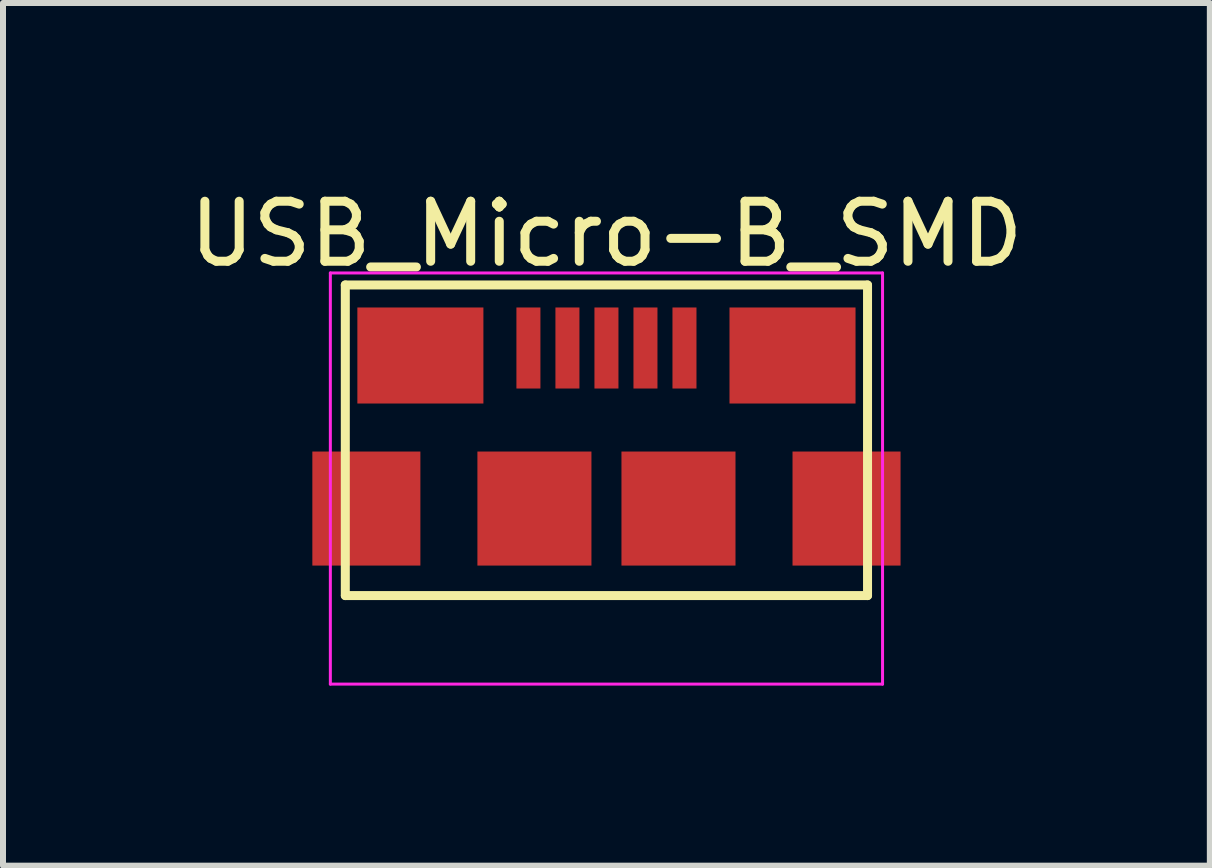
<source format=kicad_pcb>
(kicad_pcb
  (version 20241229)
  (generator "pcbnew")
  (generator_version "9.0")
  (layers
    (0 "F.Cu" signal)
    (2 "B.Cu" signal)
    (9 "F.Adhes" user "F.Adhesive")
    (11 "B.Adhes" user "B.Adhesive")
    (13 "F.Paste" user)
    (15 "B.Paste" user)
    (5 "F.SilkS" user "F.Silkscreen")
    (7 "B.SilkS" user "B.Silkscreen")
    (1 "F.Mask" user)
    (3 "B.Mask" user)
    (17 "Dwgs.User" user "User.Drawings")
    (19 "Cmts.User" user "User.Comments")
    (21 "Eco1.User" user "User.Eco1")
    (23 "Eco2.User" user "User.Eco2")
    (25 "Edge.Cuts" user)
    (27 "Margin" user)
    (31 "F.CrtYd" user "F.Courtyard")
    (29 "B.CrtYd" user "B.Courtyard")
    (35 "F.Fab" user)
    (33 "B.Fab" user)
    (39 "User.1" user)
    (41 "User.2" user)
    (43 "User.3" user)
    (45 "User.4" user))
  (footprint "USB_Micro-B_SMD"
    (layer "F.Cu")
    (at 7.054 4.298)
    (property "Reference" "USB_Micro-B_SMD" (at 0 -3.45 0) (layer "F.SilkS") (effects (font (size 1 1) (thickness 0.15))))
    (attr smd)
    (fp_line (start -4.351 -2.6) (end 4.349 -2.6) (stroke (width 0.15) (type solid)) (layer "F.SilkS"))
    (fp_line (start -4.351 2.575) (end -4.351 -2.6) (stroke (width 0.15) (type solid)) (layer "F.SilkS"))
    (fp_line (start 4.35 -2.6) (end 4.35 2.575) (stroke (width 0.15) (type solid)) (layer "F.SilkS"))
    (fp_line (start 4.35 2.575) (end -4.35 2.575) (stroke (width 0.15) (type solid)) (layer "F.SilkS"))
    (fp_line (start -4.6 -2.8) (end 4.6 -2.8) (stroke (width 0.05) (type solid)) (layer "F.CrtYd"))
    (fp_line (start -4.6 4.05) (end -4.6 -2.8) (stroke (width 0.05) (type solid)) (layer "F.CrtYd"))
    (fp_line (start 4.6 -2.8) (end 4.6 4.05) (stroke (width 0.05) (type solid)) (layer "F.CrtYd"))
    (fp_line (start 4.6 4.05) (end -4.6 4.05) (stroke (width 0.05) (type solid)) (layer "F.CrtYd"))
    (pad "1" smd rect (at -1.3 -1.55 90) (size 1.35 0.4) (layers "F.Cu" "F.Mask" "F.Paste"))
    (pad "2" smd rect (at -0.65 -1.55 90) (size 1.35 0.4) (layers "F.Cu" "F.Mask" "F.Paste"))
    (pad "3" smd rect (at 0 -1.55 90) (size 1.35 0.4) (layers "F.Cu" "F.Mask" "F.Paste"))
    (pad "4" smd rect (at 0.65 -1.55 90) (size 1.35 0.4) (layers "F.Cu" "F.Mask" "F.Paste"))
    (pad "5" smd rect (at 1.3 -1.55 90) (size 1.35 0.4) (layers "F.Cu" "F.Mask" "F.Paste"))
    (pad "6" smd rect (at -4 1.125) (size 1.8 1.9) (layers "F.Cu" "F.Mask" "F.Paste"))
    (pad "6" smd rect (at -3.1 -1.425) (size 2.1 1.6) (layers "F.Cu" "F.Mask" "F.Paste"))
    (pad "6" smd rect (at -1.2 1.125) (size 1.9 1.9) (layers "F.Cu" "F.Mask" "F.Paste"))
    (pad "6" smd rect (at 1.2 1.125) (size 1.9 1.9) (layers "F.Cu" "F.Mask" "F.Paste"))
    (pad "6" smd rect (at 3.1 -1.425) (size 2.1 1.6) (layers "F.Cu" "F.Mask" "F.Paste"))
    (pad "6" smd rect (at 4 1.125) (size 1.8 1.9) (layers "F.Cu" "F.Mask" "F.Paste")))
  (gr_rect
    (start -3 -3)
    (end 17.107 11.373)
    (stroke (width 0.1) (type default))
    (fill no)
    (layer "Edge.Cuts")))
</source>
